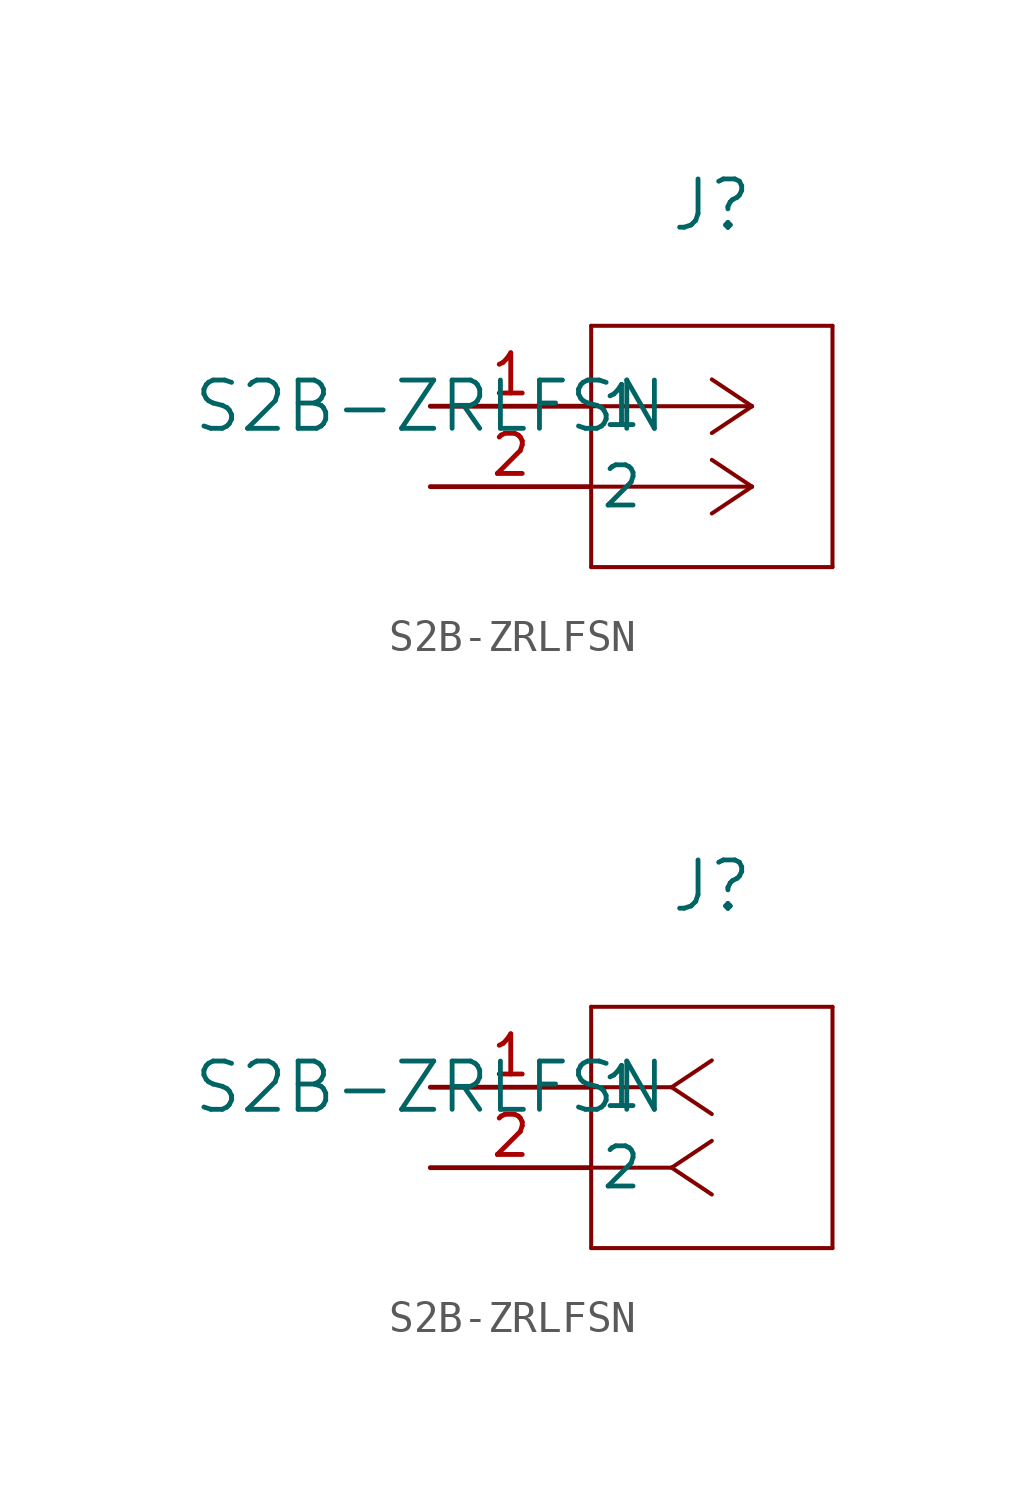
<source format=kicad_sym>
(kicad_symbol_lib
  (version 20211014)
  (generator kicad_symbol_editor)
  (symbol "S2B-ZRLFSN"
    (pin_names
      (offset 0.254))
    (property "Reference" "J"
      (at 8.89 6.35 0)
      (effects (font (size 1.524 1.524))))
    (property "Value" "S2B-ZRLFSN"
      (at 0 0 0)
      (effects (font (size 1.524 1.524))))
    (symbol "S2B-ZRLFSN_1_1"
      (polyline (pts (xy 10.16 0) (xy 5.08 0)) (stroke (width 0.127) (type default) (color 0 0 0 0)) (fill (type none)))
      (polyline (pts (xy 10.16 -2.54) (xy 5.08 -2.54)) (stroke (width 0.127) (type default) (color 0 0 0 0)) (fill (type none)))
      (polyline (pts (xy 10.16 0) (xy 8.89 0.847)) (stroke (width 0.127) (type default) (color 0 0 0 0)) (fill (type none)))
      (polyline (pts (xy 10.16 -2.54) (xy 8.89 -1.693)) (stroke (width 0.127) (type default) (color 0 0 0 0)) (fill (type none)))
      (polyline (pts (xy 10.16 0) (xy 8.89 -0.847)) (stroke (width 0.127) (type default) (color 0 0 0 0)) (fill (type none)))
      (polyline (pts (xy 10.16 -2.54) (xy 8.89 -3.387)) (stroke (width 0.127) (type default) (color 0 0 0 0)) (fill (type none)))
      (polyline (pts (xy 5.08 2.54) (xy 5.08 -5.08)) (stroke (width 0.127) (type default) (color 0 0 0 0)) (fill (type none)))
      (polyline (pts (xy 5.08 -5.08) (xy 12.7 -5.08)) (stroke (width 0.127) (type default) (color 0 0 0 0)) (fill (type none)))
      (polyline (pts (xy 12.7 -5.08) (xy 12.7 2.54)) (stroke (width 0.127) (type default) (color 0 0 0 0)) (fill (type none)))
      (polyline (pts (xy 12.7 2.54) (xy 5.08 2.54)) (stroke (width 0.127) (type default) (color 0 0 0 0)) (fill (type none)))
      (pin unspecified line (at 0 0 0) (length 5.08) (name "1" (effects (font (size 1.27 1.27)))) (number "1" (effects (font (size 1.27 1.27)))))
      (pin unspecified line (at 0 -2.54 0) (length 5.08) (name "2" (effects (font (size 1.27 1.27)))) (number "2" (effects (font (size 1.27 1.27))))))
    (symbol "S2B-ZRLFSN_1_2"
      (polyline (pts (xy 7.62 0) (xy 5.08 0)) (stroke (width 0.127) (type default) (color 0 0 0 0)) (fill (type none)))
      (polyline (pts (xy 7.62 -2.54) (xy 5.08 -2.54)) (stroke (width 0.127) (type default) (color 0 0 0 0)) (fill (type none)))
      (polyline (pts (xy 7.62 0) (xy 8.89 0.847)) (stroke (width 0.127) (type default) (color 0 0 0 0)) (fill (type none)))
      (polyline (pts (xy 7.62 -2.54) (xy 8.89 -1.693)) (stroke (width 0.127) (type default) (color 0 0 0 0)) (fill (type none)))
      (polyline (pts (xy 7.62 0) (xy 8.89 -0.847)) (stroke (width 0.127) (type default) (color 0 0 0 0)) (fill (type none)))
      (polyline (pts (xy 7.62 -2.54) (xy 8.89 -3.387)) (stroke (width 0.127) (type default) (color 0 0 0 0)) (fill (type none)))
      (polyline (pts (xy 5.08 2.54) (xy 5.08 -5.08)) (stroke (width 0.127) (type default) (color 0 0 0 0)) (fill (type none)))
      (polyline (pts (xy 5.08 -5.08) (xy 12.7 -5.08)) (stroke (width 0.127) (type default) (color 0 0 0 0)) (fill (type none)))
      (polyline (pts (xy 12.7 -5.08) (xy 12.7 2.54)) (stroke (width 0.127) (type default) (color 0 0 0 0)) (fill (type none)))
      (polyline (pts (xy 12.7 2.54) (xy 5.08 2.54)) (stroke (width 0.127) (type default) (color 0 0 0 0)) (fill (type none)))
      (pin unspecified line (at 0 0 0) (length 5.08) (name "1" (effects (font (size 1.27 1.27)))) (number "1" (effects (font (size 1.27 1.27)))))
      (pin unspecified line (at 0 -2.54 0) (length 5.08) (name "2" (effects (font (size 1.27 1.27)))) (number "2" (effects (font (size 1.27 1.27))))))))
</source>
